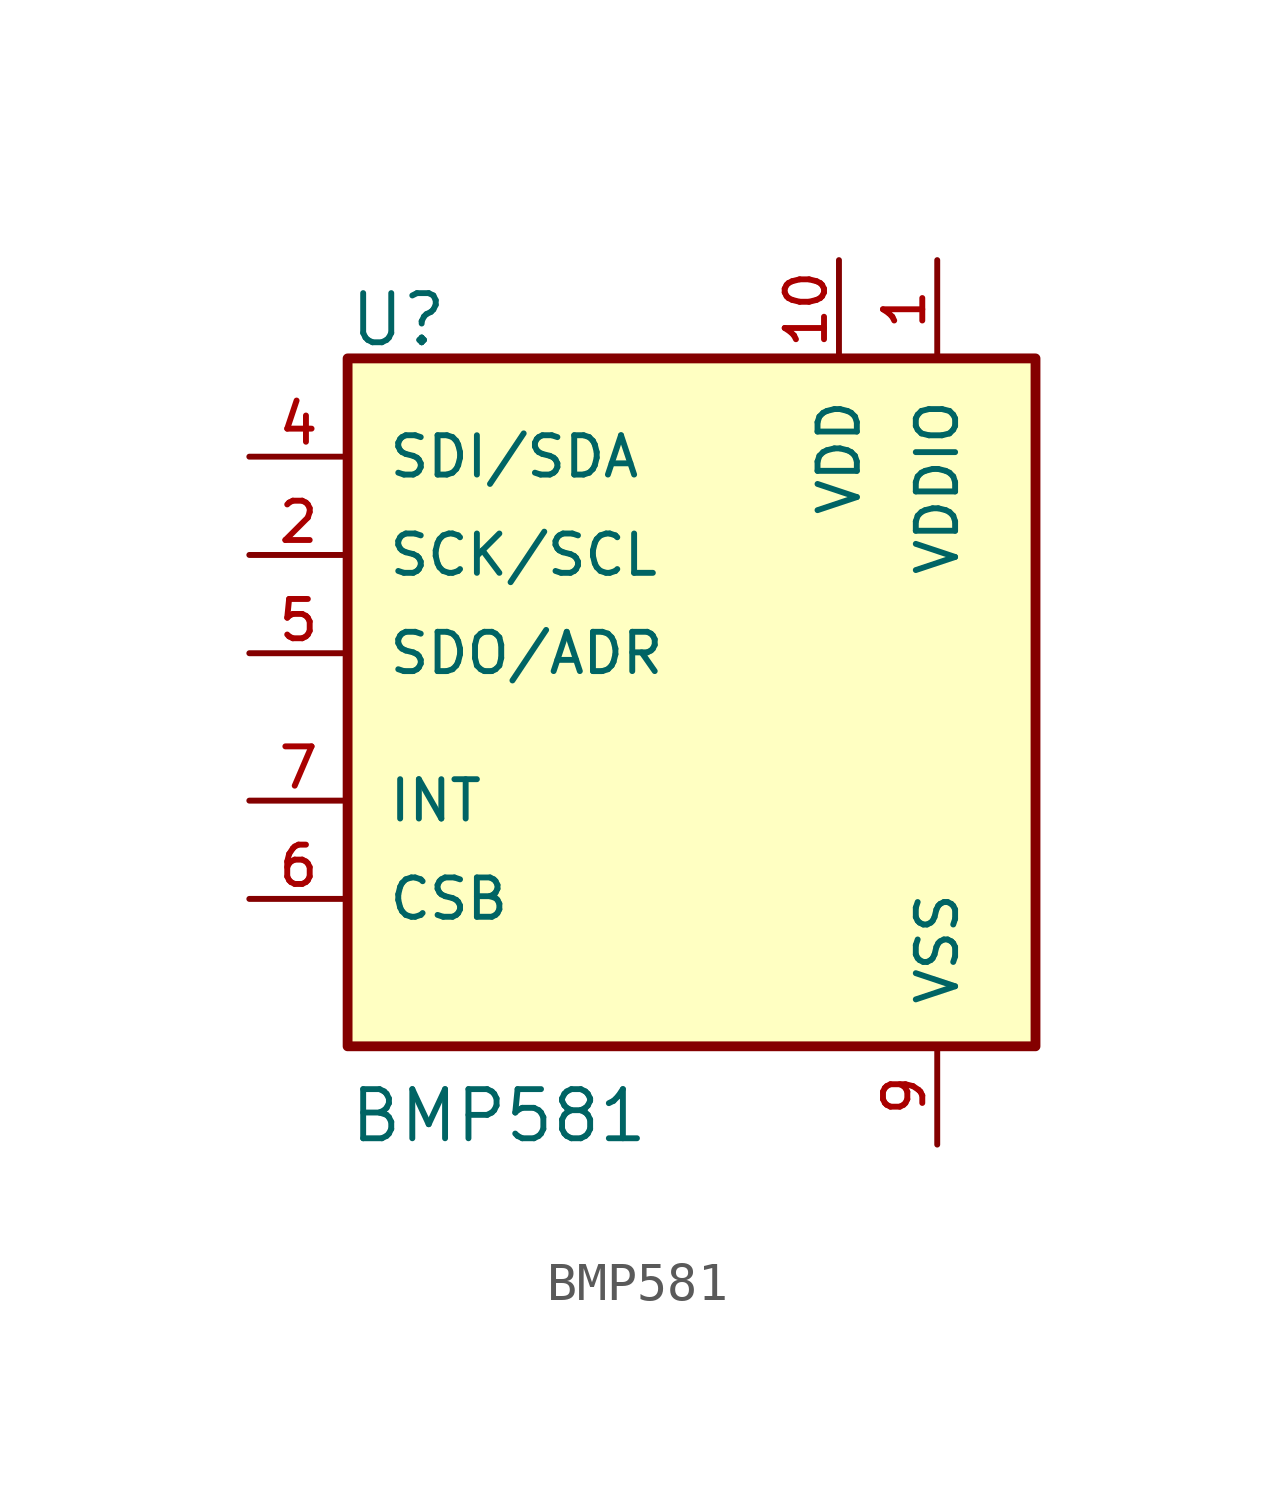
<source format=kicad_sym>
(kicad_symbol_lib
  (version 20241209)
  (generator "kicad_symbol_editor")
  (generator_version "9.0")
  (symbol "BMP581"
    (pin_names
      (offset 1.016))
    (property "Reference" "U"
      (at -10.16 10.414 0)
      (effects (font (size 1.27 1.27)) (justify left bottom)))
    (property "Value" "BMP581"
      (at -10.16 -10.16 0)
      (effects (font (size 1.27 1.27)) (justify left bottom)))
    (symbol "BMP581_0_0"
      (rectangle (start -10.16 10.16) (end 7.62 -7.62) (stroke (width 0.254) (type default)) (fill (type background)))
      (pin bidirectional line (at -12.7 7.62 0) (length 2.54) (name "SDI/SDA" (effects (font (size 1.016 1.016)))) (number "4" (effects (font (size 1.016 1.016)))))
      (pin bidirectional line (at -12.7 5.08 0) (length 2.54) (name "SCK/SCL" (effects (font (size 1.016 1.016)))) (number "2" (effects (font (size 1.016 1.016)))))
      (pin bidirectional line (at -12.7 2.54 0) (length 2.54) (name "SDO/ADR" (effects (font (size 1.016 1.016)))) (number "5" (effects (font (size 1.016 1.016)))))
      (pin output line (at -12.7 -1.27 0) (length 2.54) (name "INT" (effects (font (size 1.016 1.016)))) (number "7" (effects (font (size 1.016 1.016)))))
      (pin input line (at -12.7 -3.81 0) (length 2.54) (name "CSB" (effects (font (size 1.016 1.016)))) (number "6" (effects (font (size 1.016 1.016)))))
      (pin power_in line (at 5.08 12.7 270) (length 2.54) (name "VDDIO" (effects (font (size 1.016 1.016)))) (number "1" (effects (font (size 1.016 1.016)))))
      (pin power_in line (at 5.08 -10.16 90) (length 2.54) (name "VSS" (effects (font (size 1.016 1.016)))) (number "9" (effects (font (size 1.016 1.016))))))
    (symbol "BMP581_1_0"
      (pin power_in line (at 2.54 12.7 270) (length 2.54) (name "VDD" (effects (font (size 1.016 1.016)))) (number "10" (effects (font (size 1.016 1.016)))))
      (pin power_in line (at 5.08 -10.16 90) (length 2.54) (hide yes) (name "VSS" (effects (font (size 1.016 1.016)))) (number "3" (effects (font (size 1.016 1.016)))))
      (pin power_in line (at 5.08 -10.16 90) (length 2.54) (hide yes) (name "VSS" (effects (font (size 1.016 1.016)))) (number "8" (effects (font (size 1.016 1.016))))))))
</source>
